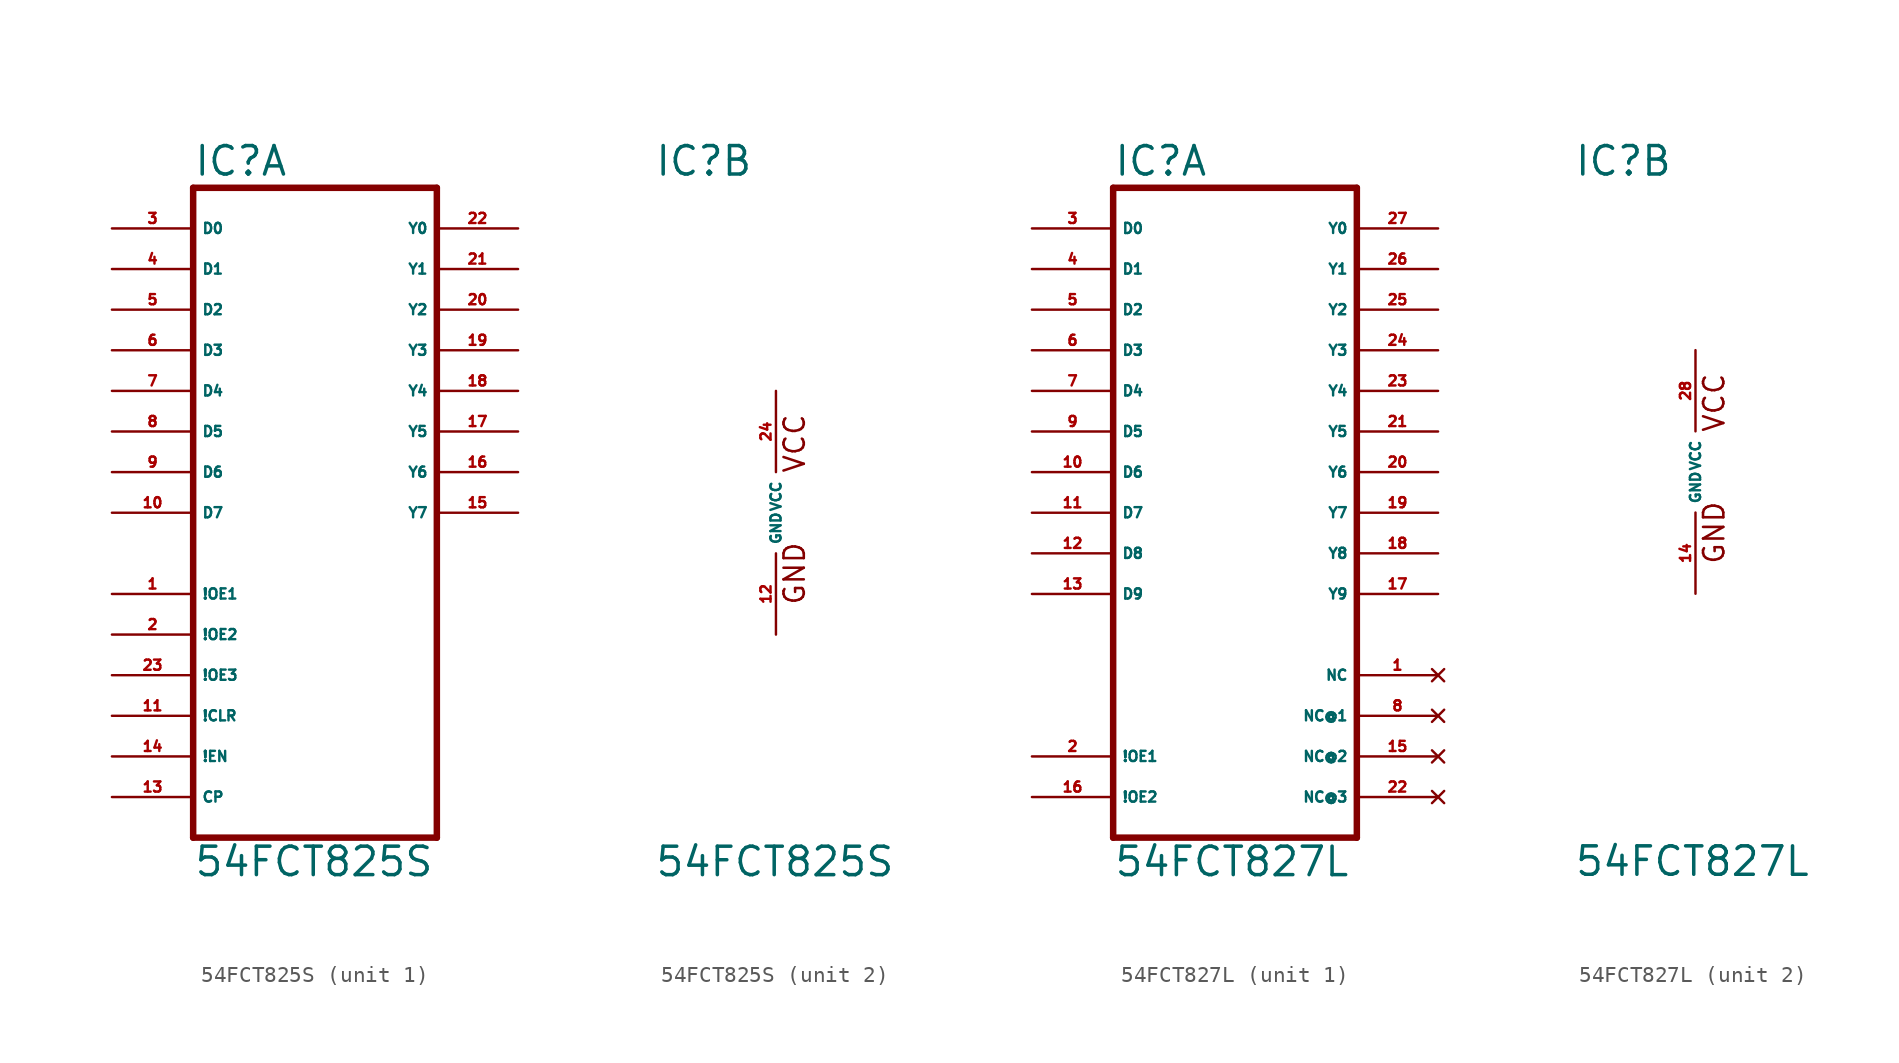
<source format=kicad_sym>
(kicad_symbol_lib
  (version 20220914)
  (generator Eagle2Kicad)
  (symbol "54FCT825S"
    (property "Reference" "IC"
      (at -7.62 20.955 0)
      (effects (font (size 1.778 1.778) (thickness 0.22)) (justify left bottom)))
    (property "Value" "54FCT825S"
      (at -7.62 -22.86 0)
      (effects (font (size 1.778 1.778) (thickness 0.22)) (justify left bottom)))
    (symbol "54FCT825S_1_0"
      (polyline (pts (xy -7.62 -20.32) (xy 7.62 -20.32)) (stroke (width 0.406) (type default)) (fill (type none)))
      (polyline (pts (xy 7.62 -20.32) (xy 7.62 20.32)) (stroke (width 0.406) (type default)) (fill (type none)))
      (polyline (pts (xy 7.62 20.32) (xy -7.62 20.32)) (stroke (width 0.406) (type default)) (fill (type none)))
      (polyline (pts (xy -7.62 20.32) (xy -7.62 -20.32)) (stroke (width 0.406) (type default)) (fill (type none)))
      (pin input line (at -12.7 17.78 0) (length 5.08) (name "D0" (effects (font (size 0.635 0.635) (thickness 0.08)) (justify left bottom))) (number "3" (effects (font (size 0.635 0.635) (thickness 0.08)) (justify left bottom))))
      (pin input line (at -12.7 15.24 0) (length 5.08) (name "D1" (effects (font (size 0.635 0.635) (thickness 0.08)) (justify left bottom))) (number "4" (effects (font (size 0.635 0.635) (thickness 0.08)) (justify left bottom))))
      (pin input line (at -12.7 12.7 0) (length 5.08) (name "D2" (effects (font (size 0.635 0.635) (thickness 0.08)) (justify left bottom))) (number "5" (effects (font (size 0.635 0.635) (thickness 0.08)) (justify left bottom))))
      (pin input line (at -12.7 10.16 0) (length 5.08) (name "D3" (effects (font (size 0.635 0.635) (thickness 0.08)) (justify left bottom))) (number "6" (effects (font (size 0.635 0.635) (thickness 0.08)) (justify left bottom))))
      (pin input line (at -12.7 7.62 0) (length 5.08) (name "D4" (effects (font (size 0.635 0.635) (thickness 0.08)) (justify left bottom))) (number "7" (effects (font (size 0.635 0.635) (thickness 0.08)) (justify left bottom))))
      (pin input line (at -12.7 5.08 0) (length 5.08) (name "D5" (effects (font (size 0.635 0.635) (thickness 0.08)) (justify left bottom))) (number "8" (effects (font (size 0.635 0.635) (thickness 0.08)) (justify left bottom))))
      (pin input line (at -12.7 2.54 0) (length 5.08) (name "D6" (effects (font (size 0.635 0.635) (thickness 0.08)) (justify left bottom))) (number "9" (effects (font (size 0.635 0.635) (thickness 0.08)) (justify left bottom))))
      (pin input line (at -12.7 0 0) (length 5.08) (name "D7" (effects (font (size 0.635 0.635) (thickness 0.08)) (justify left bottom))) (number "10" (effects (font (size 0.635 0.635) (thickness 0.08)) (justify left bottom))))
      (pin input line (at -12.7 -7.62 0) (length 5.08) (name "!OE2" (effects (font (size 0.635 0.635) (thickness 0.08)) (justify left bottom))) (number "2" (effects (font (size 0.635 0.635) (thickness 0.08)) (justify left bottom))))
      (pin input line (at -12.7 -15.24 0) (length 5.08) (name "!EN" (effects (font (size 0.635 0.635) (thickness 0.08)) (justify left bottom))) (number "14" (effects (font (size 0.635 0.635) (thickness 0.08)) (justify left bottom))))
      (pin input line (at -12.7 -10.16 0) (length 5.08) (name "!OE3" (effects (font (size 0.635 0.635) (thickness 0.08)) (justify left bottom))) (number "23" (effects (font (size 0.635 0.635) (thickness 0.08)) (justify left bottom))))
      (pin input line (at -12.7 -17.78 0) (length 5.08) (name "CP" (effects (font (size 0.635 0.635) (thickness 0.08)) (justify left bottom))) (number "13" (effects (font (size 0.635 0.635) (thickness 0.08)) (justify left bottom))))
      (pin output line (at 12.7 17.78 180) (length 5.08) (name "Y0" (effects (font (size 0.635 0.635) (thickness 0.08)) (justify left bottom))) (number "22" (effects (font (size 0.635 0.635) (thickness 0.08)) (justify left bottom))))
      (pin output line (at 12.7 15.24 180) (length 5.08) (name "Y1" (effects (font (size 0.635 0.635) (thickness 0.08)) (justify left bottom))) (number "21" (effects (font (size 0.635 0.635) (thickness 0.08)) (justify left bottom))))
      (pin output line (at 12.7 12.7 180) (length 5.08) (name "Y2" (effects (font (size 0.635 0.635) (thickness 0.08)) (justify left bottom))) (number "20" (effects (font (size 0.635 0.635) (thickness 0.08)) (justify left bottom))))
      (pin output line (at 12.7 10.16 180) (length 5.08) (name "Y3" (effects (font (size 0.635 0.635) (thickness 0.08)) (justify left bottom))) (number "19" (effects (font (size 0.635 0.635) (thickness 0.08)) (justify left bottom))))
      (pin output line (at 12.7 7.62 180) (length 5.08) (name "Y4" (effects (font (size 0.635 0.635) (thickness 0.08)) (justify left bottom))) (number "18" (effects (font (size 0.635 0.635) (thickness 0.08)) (justify left bottom))))
      (pin output line (at 12.7 5.08 180) (length 5.08) (name "Y5" (effects (font (size 0.635 0.635) (thickness 0.08)) (justify left bottom))) (number "17" (effects (font (size 0.635 0.635) (thickness 0.08)) (justify left bottom))))
      (pin output line (at 12.7 2.54 180) (length 5.08) (name "Y6" (effects (font (size 0.635 0.635) (thickness 0.08)) (justify left bottom))) (number "16" (effects (font (size 0.635 0.635) (thickness 0.08)) (justify left bottom))))
      (pin output line (at 12.7 0 180) (length 5.08) (name "Y7" (effects (font (size 0.635 0.635) (thickness 0.08)) (justify left bottom))) (number "15" (effects (font (size 0.635 0.635) (thickness 0.08)) (justify left bottom))))
      (pin input line (at -12.7 -5.08 0) (length 5.08) (name "!OE1" (effects (font (size 0.635 0.635) (thickness 0.08)) (justify left bottom))) (number "1" (effects (font (size 0.635 0.635) (thickness 0.08)) (justify left bottom))))
      (pin input line (at -12.7 -12.7 0) (length 5.08) (name "!CLR" (effects (font (size 0.635 0.635) (thickness 0.08)) (justify left bottom))) (number "11" (effects (font (size 0.635 0.635) (thickness 0.08)) (justify left bottom)))))
    (symbol "54FCT825S_2_0"
      (text "GND" (at 1.905 -5.842 900) (effects (font (size 1.27 1.27) (thickness 0.16)) (justify left bottom)))
      (text "VCC" (at 1.905 2.413 900) (effects (font (size 1.27 1.27) (thickness 0.16)) (justify left bottom)))
      (pin unspecified line (at 0 7.62 270) (length 5.08) (name "VCC" (effects (font (size 0.635 0.635) (thickness 0.08)) (justify left bottom))) (number "24" (effects (font (size 0.635 0.635) (thickness 0.08)) (justify left bottom))))
      (pin unspecified line (at 0 -7.62 90) (length 5.08) (name "GND" (effects (font (size 0.635 0.635) (thickness 0.08)) (justify left bottom))) (number "12" (effects (font (size 0.635 0.635) (thickness 0.08)) (justify left bottom))))))
  (symbol "54FCT827L"
    (property "Reference" "IC"
      (at -7.62 18.415 0)
      (effects (font (size 1.778 1.778) (thickness 0.22)) (justify left bottom)))
    (property "Value" "54FCT827L"
      (at -7.62 -25.4 0)
      (effects (font (size 1.778 1.778) (thickness 0.22)) (justify left bottom)))
    (symbol "54FCT827L_1_0"
      (polyline (pts (xy -7.62 -22.86) (xy 7.62 -22.86)) (stroke (width 0.406) (type default)) (fill (type none)))
      (polyline (pts (xy 7.62 -22.86) (xy 7.62 17.78)) (stroke (width 0.406) (type default)) (fill (type none)))
      (polyline (pts (xy 7.62 17.78) (xy -7.62 17.78)) (stroke (width 0.406) (type default)) (fill (type none)))
      (polyline (pts (xy -7.62 17.78) (xy -7.62 -22.86)) (stroke (width 0.406) (type default)) (fill (type none)))
      (pin input line (at -12.7 15.24 0) (length 5.08) (name "D0" (effects (font (size 0.635 0.635) (thickness 0.08)) (justify left bottom))) (number "3" (effects (font (size 0.635 0.635) (thickness 0.08)) (justify left bottom))))
      (pin input line (at -12.7 12.7 0) (length 5.08) (name "D1" (effects (font (size 0.635 0.635) (thickness 0.08)) (justify left bottom))) (number "4" (effects (font (size 0.635 0.635) (thickness 0.08)) (justify left bottom))))
      (pin input line (at -12.7 10.16 0) (length 5.08) (name "D2" (effects (font (size 0.635 0.635) (thickness 0.08)) (justify left bottom))) (number "5" (effects (font (size 0.635 0.635) (thickness 0.08)) (justify left bottom))))
      (pin input line (at -12.7 7.62 0) (length 5.08) (name "D3" (effects (font (size 0.635 0.635) (thickness 0.08)) (justify left bottom))) (number "6" (effects (font (size 0.635 0.635) (thickness 0.08)) (justify left bottom))))
      (pin input line (at -12.7 5.08 0) (length 5.08) (name "D4" (effects (font (size 0.635 0.635) (thickness 0.08)) (justify left bottom))) (number "7" (effects (font (size 0.635 0.635) (thickness 0.08)) (justify left bottom))))
      (pin input line (at -12.7 2.54 0) (length 5.08) (name "D5" (effects (font (size 0.635 0.635) (thickness 0.08)) (justify left bottom))) (number "9" (effects (font (size 0.635 0.635) (thickness 0.08)) (justify left bottom))))
      (pin input line (at -12.7 0 0) (length 5.08) (name "D6" (effects (font (size 0.635 0.635) (thickness 0.08)) (justify left bottom))) (number "10" (effects (font (size 0.635 0.635) (thickness 0.08)) (justify left bottom))))
      (pin input line (at -12.7 -2.54 0) (length 5.08) (name "D7" (effects (font (size 0.635 0.635) (thickness 0.08)) (justify left bottom))) (number "11" (effects (font (size 0.635 0.635) (thickness 0.08)) (justify left bottom))))
      (pin input line (at -12.7 -5.08 0) (length 5.08) (name "D8" (effects (font (size 0.635 0.635) (thickness 0.08)) (justify left bottom))) (number "12" (effects (font (size 0.635 0.635) (thickness 0.08)) (justify left bottom))))
      (pin input line (at -12.7 -7.62 0) (length 5.08) (name "D9" (effects (font (size 0.635 0.635) (thickness 0.08)) (justify left bottom))) (number "13" (effects (font (size 0.635 0.635) (thickness 0.08)) (justify left bottom))))
      (pin input line (at -12.7 -17.78 0) (length 5.08) (name "!OE1" (effects (font (size 0.635 0.635) (thickness 0.08)) (justify left bottom))) (number "2" (effects (font (size 0.635 0.635) (thickness 0.08)) (justify left bottom))))
      (pin input line (at -12.7 -20.32 0) (length 5.08) (name "!OE2" (effects (font (size 0.635 0.635) (thickness 0.08)) (justify left bottom))) (number "16" (effects (font (size 0.635 0.635) (thickness 0.08)) (justify left bottom))))
      (pin output line (at 12.7 15.24 180) (length 5.08) (name "Y0" (effects (font (size 0.635 0.635) (thickness 0.08)) (justify left bottom))) (number "27" (effects (font (size 0.635 0.635) (thickness 0.08)) (justify left bottom))))
      (pin output line (at 12.7 12.7 180) (length 5.08) (name "Y1" (effects (font (size 0.635 0.635) (thickness 0.08)) (justify left bottom))) (number "26" (effects (font (size 0.635 0.635) (thickness 0.08)) (justify left bottom))))
      (pin output line (at 12.7 10.16 180) (length 5.08) (name "Y2" (effects (font (size 0.635 0.635) (thickness 0.08)) (justify left bottom))) (number "25" (effects (font (size 0.635 0.635) (thickness 0.08)) (justify left bottom))))
      (pin output line (at 12.7 7.62 180) (length 5.08) (name "Y3" (effects (font (size 0.635 0.635) (thickness 0.08)) (justify left bottom))) (number "24" (effects (font (size 0.635 0.635) (thickness 0.08)) (justify left bottom))))
      (pin output line (at 12.7 5.08 180) (length 5.08) (name "Y4" (effects (font (size 0.635 0.635) (thickness 0.08)) (justify left bottom))) (number "23" (effects (font (size 0.635 0.635) (thickness 0.08)) (justify left bottom))))
      (pin output line (at 12.7 2.54 180) (length 5.08) (name "Y5" (effects (font (size 0.635 0.635) (thickness 0.08)) (justify left bottom))) (number "21" (effects (font (size 0.635 0.635) (thickness 0.08)) (justify left bottom))))
      (pin output line (at 12.7 0 180) (length 5.08) (name "Y6" (effects (font (size 0.635 0.635) (thickness 0.08)) (justify left bottom))) (number "20" (effects (font (size 0.635 0.635) (thickness 0.08)) (justify left bottom))))
      (pin output line (at 12.7 -2.54 180) (length 5.08) (name "Y7" (effects (font (size 0.635 0.635) (thickness 0.08)) (justify left bottom))) (number "19" (effects (font (size 0.635 0.635) (thickness 0.08)) (justify left bottom))))
      (pin output line (at 12.7 -5.08 180) (length 5.08) (name "Y8" (effects (font (size 0.635 0.635) (thickness 0.08)) (justify left bottom))) (number "18" (effects (font (size 0.635 0.635) (thickness 0.08)) (justify left bottom))))
      (pin output line (at 12.7 -7.62 180) (length 5.08) (name "Y9" (effects (font (size 0.635 0.635) (thickness 0.08)) (justify left bottom))) (number "17" (effects (font (size 0.635 0.635) (thickness 0.08)) (justify left bottom))))
      (pin no_connect line (at 12.7 -20.32 180) (length 5.08) (name "NC@3" (effects (font (size 0.635 0.635) (thickness 0.08)) (justify left bottom) hide)) (number "22" (effects (font (size 0.635 0.635) (thickness 0.08)) (justify left bottom) hide)))
      (pin no_connect line (at 12.7 -17.78 180) (length 5.08) (name "NC@2" (effects (font (size 0.635 0.635) (thickness 0.08)) (justify left bottom) hide)) (number "15" (effects (font (size 0.635 0.635) (thickness 0.08)) (justify left bottom) hide)))
      (pin no_connect line (at 12.7 -15.24 180) (length 5.08) (name "NC@1" (effects (font (size 0.635 0.635) (thickness 0.08)) (justify left bottom) hide)) (number "8" (effects (font (size 0.635 0.635) (thickness 0.08)) (justify left bottom) hide)))
      (pin no_connect line (at 12.7 -12.7 180) (length 5.08) (name "NC" (effects (font (size 0.635 0.635) (thickness 0.08)) (justify left bottom) hide)) (number "1" (effects (font (size 0.635 0.635) (thickness 0.08)) (justify left bottom) hide))))
    (symbol "54FCT827L_2_0"
      (text "GND" (at 1.905 -5.842 900) (effects (font (size 1.27 1.27) (thickness 0.16)) (justify left bottom)))
      (text "VCC" (at 1.905 2.413 900) (effects (font (size 1.27 1.27) (thickness 0.16)) (justify left bottom)))
      (pin unspecified line (at 0 7.62 270) (length 5.08) (name "VCC" (effects (font (size 0.635 0.635) (thickness 0.08)) (justify left bottom))) (number "28" (effects (font (size 0.635 0.635) (thickness 0.08)) (justify left bottom))))
      (pin unspecified line (at 0 -7.62 90) (length 5.08) (name "GND" (effects (font (size 0.635 0.635) (thickness 0.08)) (justify left bottom))) (number "14" (effects (font (size 0.635 0.635) (thickness 0.08)) (justify left bottom)))))))
</source>
